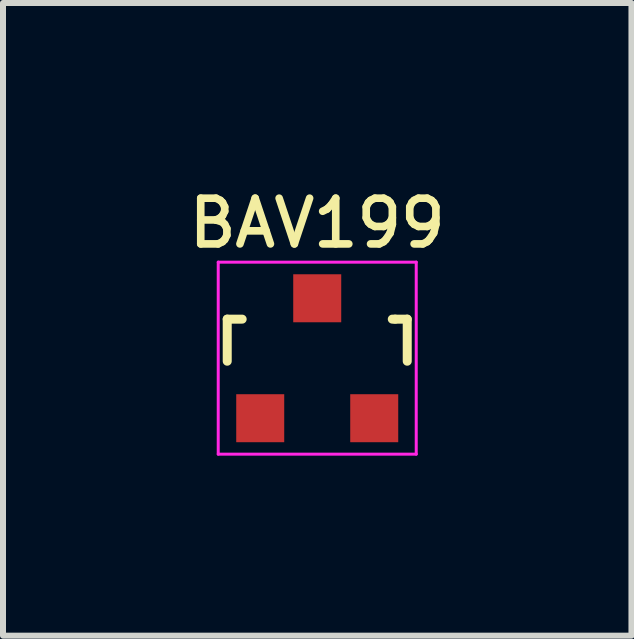
<source format=kicad_pcb>
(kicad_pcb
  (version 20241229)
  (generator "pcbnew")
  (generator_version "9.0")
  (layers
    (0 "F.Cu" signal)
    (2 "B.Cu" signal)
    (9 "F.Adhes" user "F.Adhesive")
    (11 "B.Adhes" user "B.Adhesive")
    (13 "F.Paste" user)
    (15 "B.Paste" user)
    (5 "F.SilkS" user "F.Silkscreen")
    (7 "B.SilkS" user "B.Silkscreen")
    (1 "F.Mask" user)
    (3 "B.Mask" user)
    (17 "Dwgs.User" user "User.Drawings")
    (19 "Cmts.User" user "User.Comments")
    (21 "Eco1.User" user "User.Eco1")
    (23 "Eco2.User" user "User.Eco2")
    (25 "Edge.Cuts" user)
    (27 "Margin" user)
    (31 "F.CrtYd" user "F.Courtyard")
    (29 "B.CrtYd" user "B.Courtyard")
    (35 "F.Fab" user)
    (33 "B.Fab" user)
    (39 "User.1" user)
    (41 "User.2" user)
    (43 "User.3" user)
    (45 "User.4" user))
  (footprint "BAV199"
    (layer "F.Cu")
    (at 2.237 2.919)
    (property "Reference" "BAV199" (at 0 -2.25 0) (layer "F.SilkS") (effects (font (size 0.762 0.762) (thickness 0.127))))
    (attr smd)
    (fp_line (start -1.5 -0.65) (end -1.251 -0.65) (stroke (width 0.15) (type solid)) (layer "F.SilkS"))
    (fp_line (start -1.5 0.051) (end -1.5 -0.65) (stroke (width 0.15) (type solid)) (layer "F.SilkS"))
    (fp_line (start 1.299 -0.65) (end 1.251 -0.65) (stroke (width 0.15) (type solid)) (layer "F.SilkS"))
    (fp_line (start 1.299 -0.65) (end 1.5 -0.65) (stroke (width 0.15) (type solid)) (layer "F.SilkS"))
    (fp_line (start 1.5 -0.65) (end 1.5 0.051) (stroke (width 0.15) (type solid)) (layer "F.SilkS"))
    (fp_line (start -1.65 -1.6) (end 1.65 -1.6) (stroke (width 0.05) (type solid)) (layer "F.CrtYd"))
    (fp_line (start -1.65 1.6) (end -1.65 -1.6) (stroke (width 0.05) (type solid)) (layer "F.CrtYd"))
    (fp_line (start 1.65 -1.6) (end 1.65 1.6) (stroke (width 0.05) (type solid)) (layer "F.CrtYd"))
    (fp_line (start 1.65 1.6) (end -1.65 1.6) (stroke (width 0.05) (type solid)) (layer "F.CrtYd"))
    (pad "1" smd rect (at 0.95 1.001) (size 0.8 0.8) (layers "F.Cu" "F.Mask" "F.Paste"))
    (pad "2" smd rect (at 0 -0.998) (size 0.8 0.8) (layers "F.Cu" "F.Mask" "F.Paste"))
    (pad "3" smd rect (at -0.95 1.001) (size 0.8 0.8) (layers "F.Cu" "F.Mask" "F.Paste")))
  (gr_rect
    (start -3 -3)
    (end 7.474 7.544)
    (stroke (width 0.1) (type default))
    (fill no)
    (layer "Edge.Cuts")))
</source>
